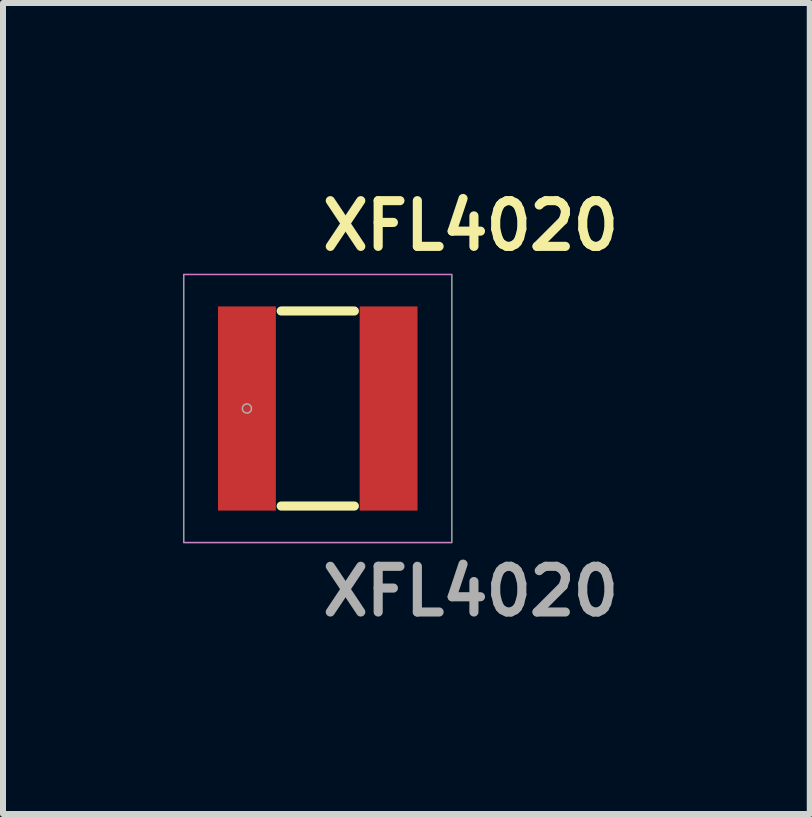
<source format=kicad_pcb>
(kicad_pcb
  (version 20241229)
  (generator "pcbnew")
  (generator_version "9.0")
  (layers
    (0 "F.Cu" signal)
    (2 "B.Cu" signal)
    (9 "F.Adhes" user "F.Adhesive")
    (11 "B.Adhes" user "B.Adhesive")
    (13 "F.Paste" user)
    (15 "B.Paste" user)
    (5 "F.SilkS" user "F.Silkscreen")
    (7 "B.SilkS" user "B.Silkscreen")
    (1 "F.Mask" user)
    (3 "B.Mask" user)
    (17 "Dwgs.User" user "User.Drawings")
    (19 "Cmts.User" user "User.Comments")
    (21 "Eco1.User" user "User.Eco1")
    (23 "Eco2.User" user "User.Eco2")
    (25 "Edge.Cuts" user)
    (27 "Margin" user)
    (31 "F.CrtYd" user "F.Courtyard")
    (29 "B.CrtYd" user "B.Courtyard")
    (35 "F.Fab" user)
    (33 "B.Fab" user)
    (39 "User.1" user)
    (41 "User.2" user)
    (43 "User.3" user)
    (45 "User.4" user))
  (footprint "XFL4020"
    (layer "F.Cu")
    (at 2.248 3.761)
    (property "Reference" "XFL4020" (at 0 -3.048 0) (unlocked yes) (layer "F.SilkS") (effects (font (size 0.762 0.762) (thickness 0.152)) (justify left)))
    (attr smd)
    (fp_line (start -0.61 1.626) (end 0.61 1.626) (stroke (width 0.152) (type solid)) (layer "F.SilkS"))
    (fp_line (start 0.61 -1.626) (end -0.61 -1.626) (stroke (width 0.152) (type solid)) (layer "F.SilkS"))
    (fp_rect (start -2.235 -2.235) (end 2.235 2.235) (stroke (width 0.006) (type default)) (fill no) (layer "F.CrtYd"))
    (fp_rect (start -2.235 -2.235) (end 2.235 2.235) (stroke (width 0.025) (type default)) (fill no) (layer "F.Fab"))
    (fp_circle (center -1.181 0) (end -1.105 0) (stroke (width 0.025) (type solid)) (fill no) (layer "F.Fab"))
    (fp_text user "${REFERENCE}" (at 0 3.048 0) (unlocked yes) (layer "F.Fab") (effects (font (size 0.762 0.762) (thickness 0.152)) (justify left)))
    (pad "1" smd rect (at -1.181 0) (size 0.965 3.404) (layers "F.Cu" "F.Mask" "F.Paste"))
    (pad "2" smd rect (at 1.181 0) (size 0.965 3.404) (layers "F.Cu" "F.Mask" "F.Paste")))
  (gr_rect
    (start -3 -3)
    (end 10.451 10.522)
    (stroke (width 0.1) (type default))
    (fill no)
    (layer "Edge.Cuts")))
</source>
